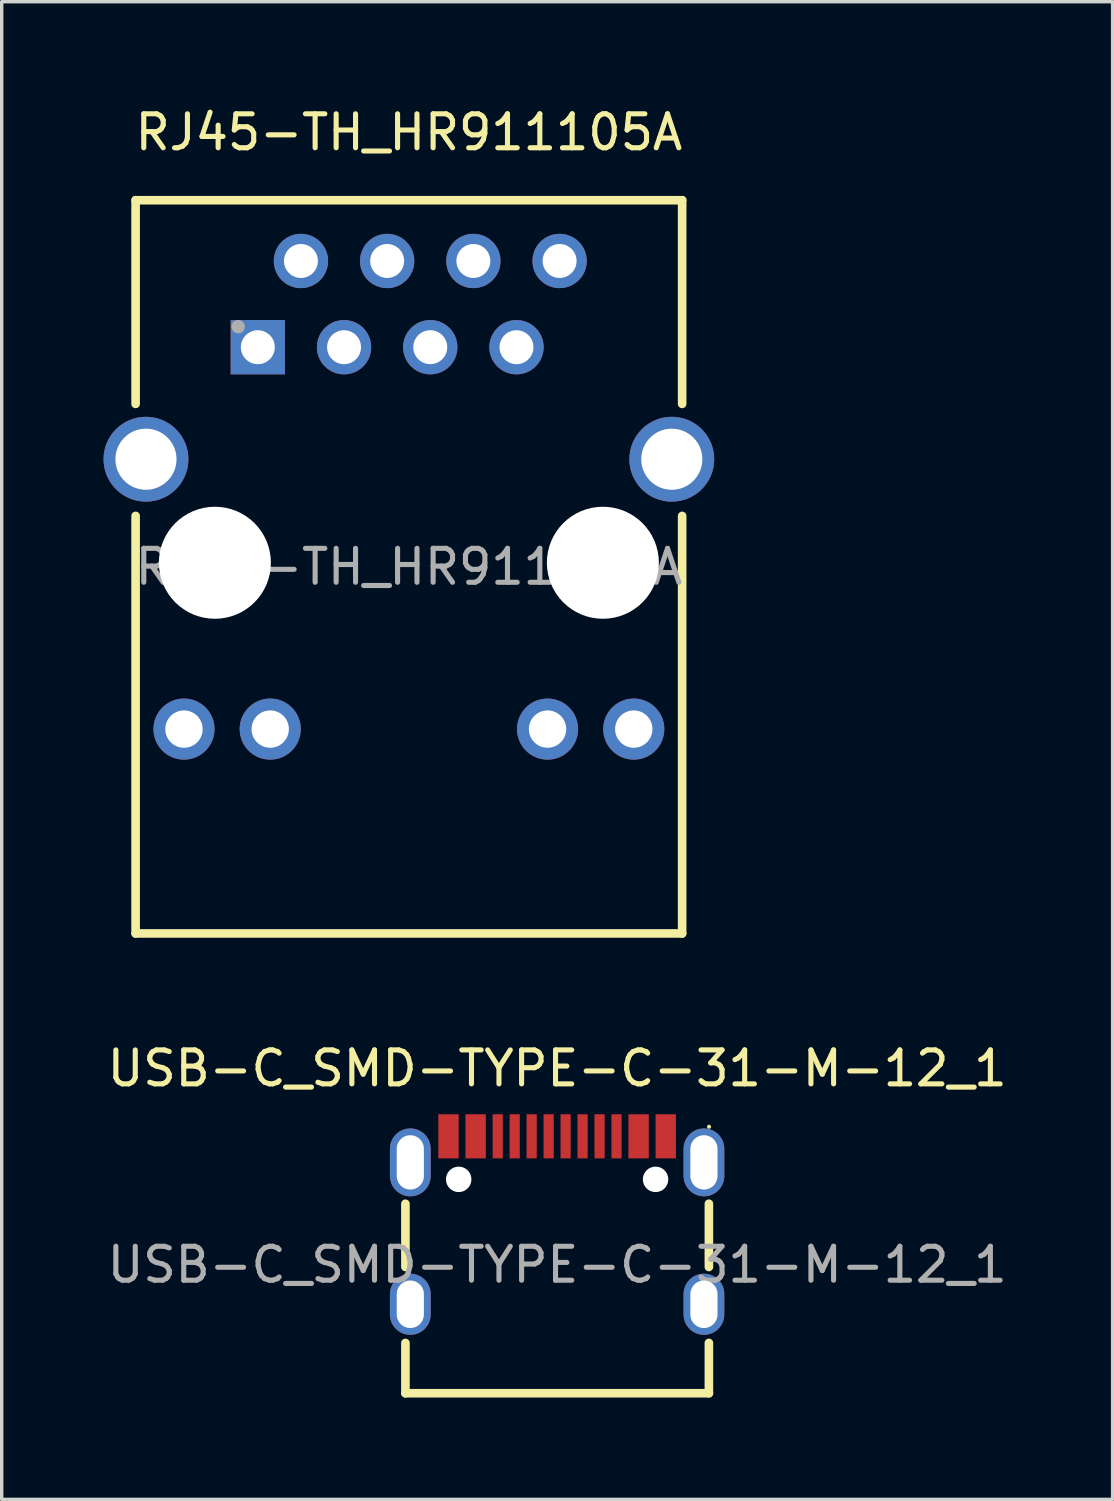
<source format=kicad_pcb>
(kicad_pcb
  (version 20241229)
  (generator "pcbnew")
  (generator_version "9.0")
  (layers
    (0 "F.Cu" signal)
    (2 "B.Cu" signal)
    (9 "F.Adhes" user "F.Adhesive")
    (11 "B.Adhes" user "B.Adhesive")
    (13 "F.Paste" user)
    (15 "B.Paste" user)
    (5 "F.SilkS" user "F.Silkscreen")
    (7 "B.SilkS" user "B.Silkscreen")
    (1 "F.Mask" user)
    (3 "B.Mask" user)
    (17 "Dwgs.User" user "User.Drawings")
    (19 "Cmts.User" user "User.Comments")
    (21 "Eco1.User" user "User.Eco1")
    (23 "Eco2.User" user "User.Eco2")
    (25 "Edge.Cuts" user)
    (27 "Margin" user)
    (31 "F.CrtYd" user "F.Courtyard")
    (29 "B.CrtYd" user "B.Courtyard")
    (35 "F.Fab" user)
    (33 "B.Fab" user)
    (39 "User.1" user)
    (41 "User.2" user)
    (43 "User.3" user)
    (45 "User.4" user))
  (footprint "RJ45-TH_HR911105A"
    (layer "F.Cu")
    (at 8.995 11.533)
    (property "Reference" "RJ45-TH_HR911105A" (at 0.000178 -10.685 0) (layer "F.SilkS") (effects (font (size 1 1) (thickness 0.15))))
    (attr through_hole)
    (fp_line (start -8.05 -8.685) (end -8.05 -2.685) (stroke (width 0.254) (type solid)) (layer "F.SilkS"))
    (fp_line (start -8.05 -8.685) (end 8.05 -8.685) (stroke (width 0.254) (type solid)) (layer "F.SilkS"))
    (fp_line (start -8.05 0.615) (end -8.05 12.915) (stroke (width 0.254) (type solid)) (layer "F.SilkS"))
    (fp_line (start -8.05 12.915) (end 8.05 12.915) (stroke (width 0.254) (type solid)) (layer "F.SilkS"))
    (fp_line (start 8.05 0.615) (end 8.05 12.915) (stroke (width 0.254) (type solid)) (layer "F.SilkS"))
    (fp_line (start 8.05 -8.685) (end 8.05 -2.685) (stroke (width 0.254) (type solid)) (layer "F.SilkS"))
    (fp_circle (center -8.02 -8.405) (end -7.99 -8.405) (stroke (width 0.06) (type solid)) (fill no) (layer "F.SilkS"))
    (fp_circle (center -5.715 1.995) (end -5.015 1.995) (stroke (width 1.4) (type solid)) (fill no) (layer "F.Fab"))
    (fp_circle (center -5.03 -4.96) (end -4.93 -4.96) (stroke (width 0.2) (type solid)) (fill no) (layer "F.Fab"))
    (fp_circle (center 5.715 1.995) (end 6.415 1.995) (stroke (width 1.4) (type solid)) (fill no) (layer "F.Fab"))
    (fp_text user "${REFERENCE}" (at 0.000178 2.115 0) (layer "F.Fab") (effects (font (size 1 1) (thickness 0.15))))
    (pad "" np_thru_hole circle (at -5.715 1.995) (size 3.3 3.3) (drill 3.3) (layers "*.Cu" "*.Mask"))
    (pad "" np_thru_hole circle (at 5.715 1.995) (size 3.3 3.3) (drill 3.3) (layers "*.Cu" "*.Mask"))
    (pad "1" thru_hole rect (at -4.45 -4.355) (size 1.6 1.6) (drill 1) (layers "*.Cu" "*.Mask"))
    (pad "2" thru_hole circle (at -3.18 -6.895) (size 1.6 1.6) (drill 1) (layers "*.Cu" "*.Mask"))
    (pad "3" thru_hole circle (at -1.91 -4.355) (size 1.6 1.6) (drill 1) (layers "*.Cu" "*.Mask"))
    (pad "4" thru_hole circle (at -0.64 -6.895) (size 1.6 1.6) (drill 1) (layers "*.Cu" "*.Mask"))
    (pad "5" thru_hole circle (at 0.63 -4.355) (size 1.6 1.6) (drill 1) (layers "*.Cu" "*.Mask"))
    (pad "6" thru_hole circle (at 1.9 -6.895) (size 1.6 1.6) (drill 1) (layers "*.Cu" "*.Mask"))
    (pad "7" thru_hole circle (at 3.17 -4.355) (size 1.6 1.6) (drill 1) (layers "*.Cu" "*.Mask"))
    (pad "8" thru_hole circle (at 4.44 -6.895) (size 1.6 1.6) (drill 1) (layers "*.Cu" "*.Mask"))
    (pad "9" thru_hole circle (at -6.625 6.895) (size 1.8 1.8) (drill 1.1) (layers "*.Cu" "*.Mask"))
    (pad "10" thru_hole circle (at -4.085 6.895) (size 1.8 1.8) (drill 1.1) (layers "*.Cu" "*.Mask"))
    (pad "11" thru_hole circle (at 4.085 6.895) (size 1.8 1.8) (drill 1.1) (layers "*.Cu" "*.Mask"))
    (pad "12" thru_hole circle (at 6.625 6.895) (size 1.8 1.8) (drill 1.1) (layers "*.Cu" "*.Mask"))
    (pad "SH1" thru_hole circle (at -7.745 -1.055) (size 2.5 2.5) (drill 1.8) (layers "*.Cu" "*.Mask"))
    (pad "SH2" thru_hole circle (at 7.745 -1.055) (size 2.5 2.5) (drill 1.8) (layers "*.Cu" "*.Mask")))
  (footprint "USB-C_SMD-TYPE-C-31-M-12_1"
    (layer "F.Cu")
    (at 13.362 32.898)
    (property "Reference" "USB-C_SMD-TYPE-C-31-M-12_1" (at 0.001 -4.474 0) (layer "F.SilkS") (effects (font (size 1 1) (thickness 0.15))))
    (attr through_hole)
    (fp_line (start -4.469 1.376) (end -4.469 -0.487) (stroke (width 0.254) (type solid)) (layer "F.SilkS"))
    (fp_line (start -4.469 5.094) (end -4.469 3.613) (stroke (width 0.254) (type solid)) (layer "F.SilkS"))
    (fp_line (start 4.471 1.376) (end 4.471 -0.488) (stroke (width 0.254) (type solid)) (layer "F.SilkS"))
    (fp_line (start 4.471 5.094) (end -4.469 5.094) (stroke (width 0.254) (type solid)) (layer "F.SilkS"))
    (fp_line (start 4.471 5.094) (end 4.471 3.612) (stroke (width 0.254) (type solid)) (layer "F.SilkS"))
    (fp_circle (center 4.475 -2.756) (end 4.505 -2.756) (stroke (width 0.06) (type solid)) (fill no) (layer "F.SilkS"))
    (fp_circle (center -2.9 -1.206) (end -2.775 -1.206) (stroke (width 0.25) (type solid)) (fill no) (layer "F.Fab"))
    (fp_circle (center 2.9 -1.206) (end 3.025 -1.206) (stroke (width 0.25) (type solid)) (fill no) (layer "F.Fab"))
    (fp_text user "${REFERENCE}" (at 0.001 1.31 0) (layer "F.Fab") (effects (font (size 1 1) (thickness 0.15))))
    (pad "" np_thru_hole circle (at -2.9 -1.206) (size 0.75 0.75) (drill 0.75) (layers "*.Cu" "*.Mask"))
    (pad "" np_thru_hole circle (at 2.9 -1.206) (size 0.75 0.75) (drill 0.75) (layers "*.Cu" "*.Mask"))
    (pad "1" thru_hole oval (at 4.325 -1.706) (size 1.2 2) (drill oval 0.8 1.6) (layers "*.Cu" "*.Mask"))
    (pad "2" thru_hole oval (at 4.325 2.474) (size 1.2 1.8) (drill oval 0.8 1.4) (layers "*.Cu" "*.Mask"))
    (pad "3" thru_hole oval (at -4.325 2.474) (size 1.2 1.8) (drill oval 0.8 1.4) (layers "*.Cu" "*.Mask"))
    (pad "4" thru_hole oval (at -4.325 -1.706) (size 1.2 2) (drill oval 0.8 1.6) (layers "*.Cu" "*.Mask"))
    (pad "A1B12" smd custom (at -3.2 -2.474) (size 0.1 0.1) (layers "F.Cu" "F.Mask" "F.Paste") (options (anchor circle)) (primitives (gr_poly (pts (xy 0.3 0.65) (xy 0.3 -0.65) (xy -0.000076 -0.65) (xy -0.000076 -0.65) (xy -0.3 -0.65) (xy -0.3 0.65) (xy -0.000051 0.65) (xy -0.000051 0.65) (xy 0.3 0.65)) (width 0) (fill yes))))
    (pad "A4B9" smd custom (at -2.4 -2.474) (size 0.1 0.1) (layers "F.Cu" "F.Mask" "F.Paste") (options (anchor circle)) (primitives (gr_poly (pts (xy 0.3 0.65) (xy 0.3 -0.65) (xy 0.000051 -0.65) (xy 0.000051 -0.65) (xy -0.3 -0.65) (xy -0.3 0.65) (xy 0.000127 0.65) (xy 0.000127 0.65) (xy 0.3 0.65)) (width 0) (fill yes))))
    (pad "A5" smd rect (at -1.25 -2.474) (size 0.3 1.3) (layers "F.Cu" "F.Mask" "F.Paste"))
    (pad "A6" smd rect (at -0.25 -2.474) (size 0.3 1.3) (layers "F.Cu" "F.Mask" "F.Paste"))
    (pad "A7" smd rect (at 0.25 -2.474) (size 0.3 1.3) (layers "F.Cu" "F.Mask" "F.Paste"))
    (pad "A8" smd rect (at 1.25 -2.474) (size 0.3 1.3) (layers "F.Cu" "F.Mask" "F.Paste"))
    (pad "B1A12" smd custom (at 3.2 -2.474) (size 0.1 0.1) (layers "F.Cu" "F.Mask" "F.Paste") (options (anchor circle)) (primitives (gr_poly (pts (xy -0.3 -0.65) (xy -0.3 0.65) (xy -0.000152 0.65) (xy -0.000127 0.65) (xy 0.3 0.65) (xy 0.3 -0.65) (xy -0.000127 -0.65) (xy -0.000152 -0.65) (xy -0.3 -0.65)) (width 0) (fill yes))))
    (pad "B4A9" smd custom (at 2.4 -2.474) (size 0.1 0.1) (layers "F.Cu" "F.Mask" "F.Paste") (options (anchor circle)) (primitives (gr_poly (pts (xy 0.3 0.65) (xy 0.3 -0.65) (xy -0.000127 -0.65) (xy -0.000152 -0.65) (xy -0.3 -0.65) (xy -0.3 0.65) (xy -0.000152 0.65) (xy -0.000127 0.65) (xy 0.3 0.65)) (width 0) (fill yes))))
    (pad "B5" smd rect (at 1.75 -2.474) (size 0.3 1.3) (layers "F.Cu" "F.Mask" "F.Paste"))
    (pad "B6" smd rect (at 0.75 -2.474) (size 0.3 1.3) (layers "F.Cu" "F.Mask" "F.Paste"))
    (pad "B7" smd rect (at -0.75 -2.474) (size 0.3 1.3) (layers "F.Cu" "F.Mask" "F.Paste"))
    (pad "B8" smd rect (at -1.75 -2.474) (size 0.3 1.3) (layers "F.Cu" "F.Mask" "F.Paste")))
  (gr_rect
    (start -3 -3)
    (end 29.726 41.119)
    (stroke (width 0.1) (type default))
    (fill no)
    (layer "Edge.Cuts")))
</source>
